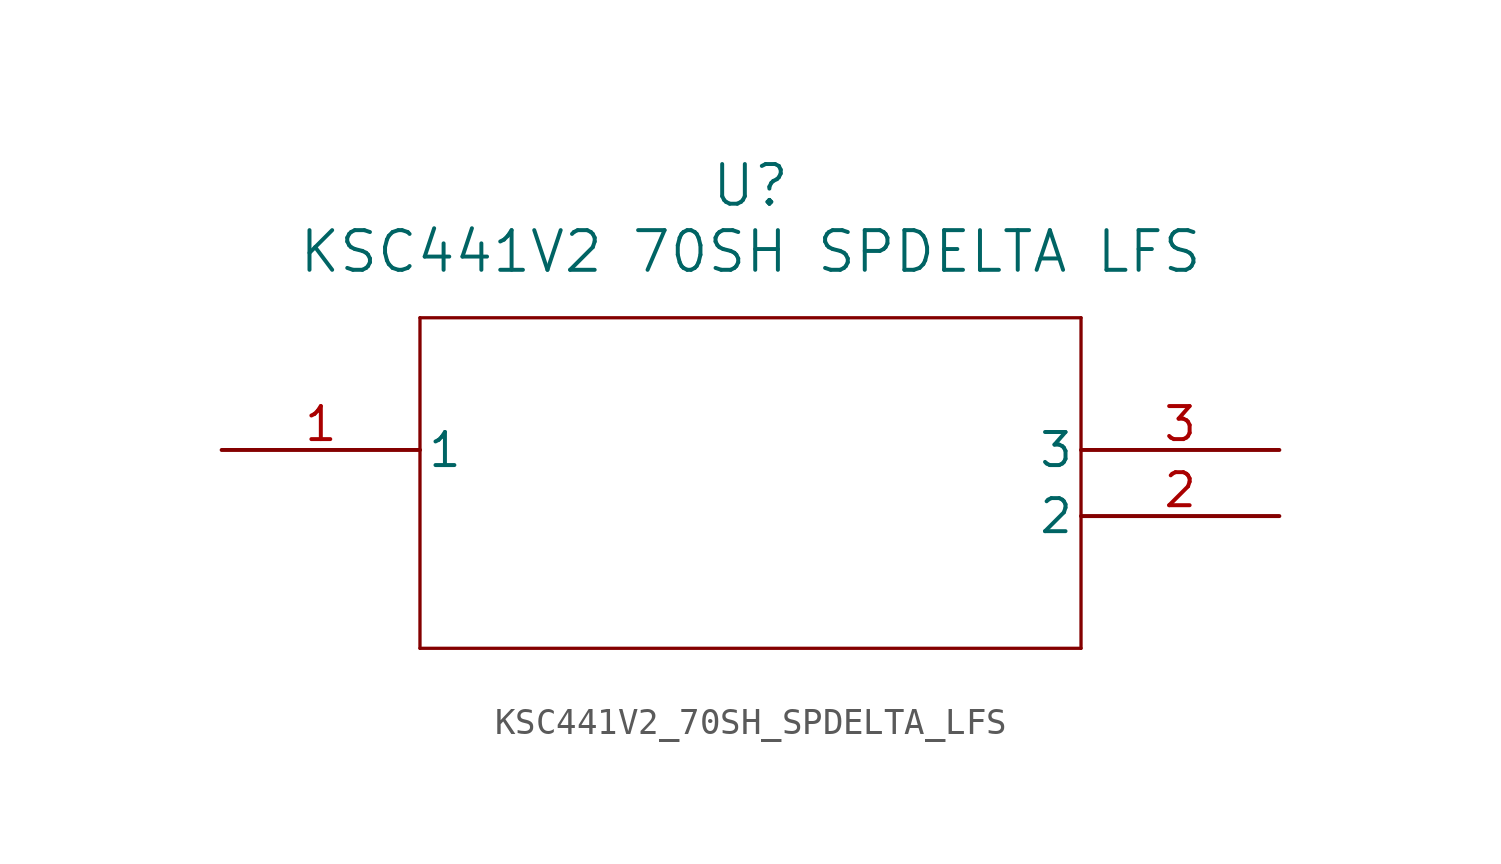
<source format=kicad_sym>
(kicad_symbol_lib
  (version 20211014)
  (generator kicad_symbol_editor)
  (symbol "KSC441V2_70SH_SPDELTA_LFS"
    (pin_names
      (offset 0.254))
    (property "Reference" "U"
      (at 20.32 10.16 0)
      (effects (font (size 1.524 1.524))))
    (property "Value" "KSC441V2 70SH SPDELTA LFS"
      (at 20.32 7.62 0)
      (effects (font (size 1.524 1.524))))
    (symbol "KSC441V2_70SH_SPDELTA_LFS_0_1"
      (polyline (pts (xy 7.62 5.08) (xy 7.62 -7.62)) (stroke (width 0.127) (type default) (color 0 0 0 0)) (fill (type none)))
      (polyline (pts (xy 7.62 -7.62) (xy 33.02 -7.62)) (stroke (width 0.127) (type default) (color 0 0 0 0)) (fill (type none)))
      (polyline (pts (xy 33.02 -7.62) (xy 33.02 5.08)) (stroke (width 0.127) (type default) (color 0 0 0 0)) (fill (type none)))
      (polyline (pts (xy 33.02 5.08) (xy 7.62 5.08)) (stroke (width 0.127) (type default) (color 0 0 0 0)) (fill (type none)))
      (pin unspecified line (at 0 0 0) (length 7.62) (name "1" (effects (font (size 1.27 1.27)))) (number "1" (effects (font (size 1.27 1.27)))))
      (pin unspecified line (at 40.64 -2.54 180) (length 7.62) (name "2" (effects (font (size 1.27 1.27)))) (number "2" (effects (font (size 1.27 1.27)))))
      (pin unspecified line (at 40.64 0 180) (length 7.62) (name "3" (effects (font (size 1.27 1.27)))) (number "3" (effects (font (size 1.27 1.27))))))))
</source>
